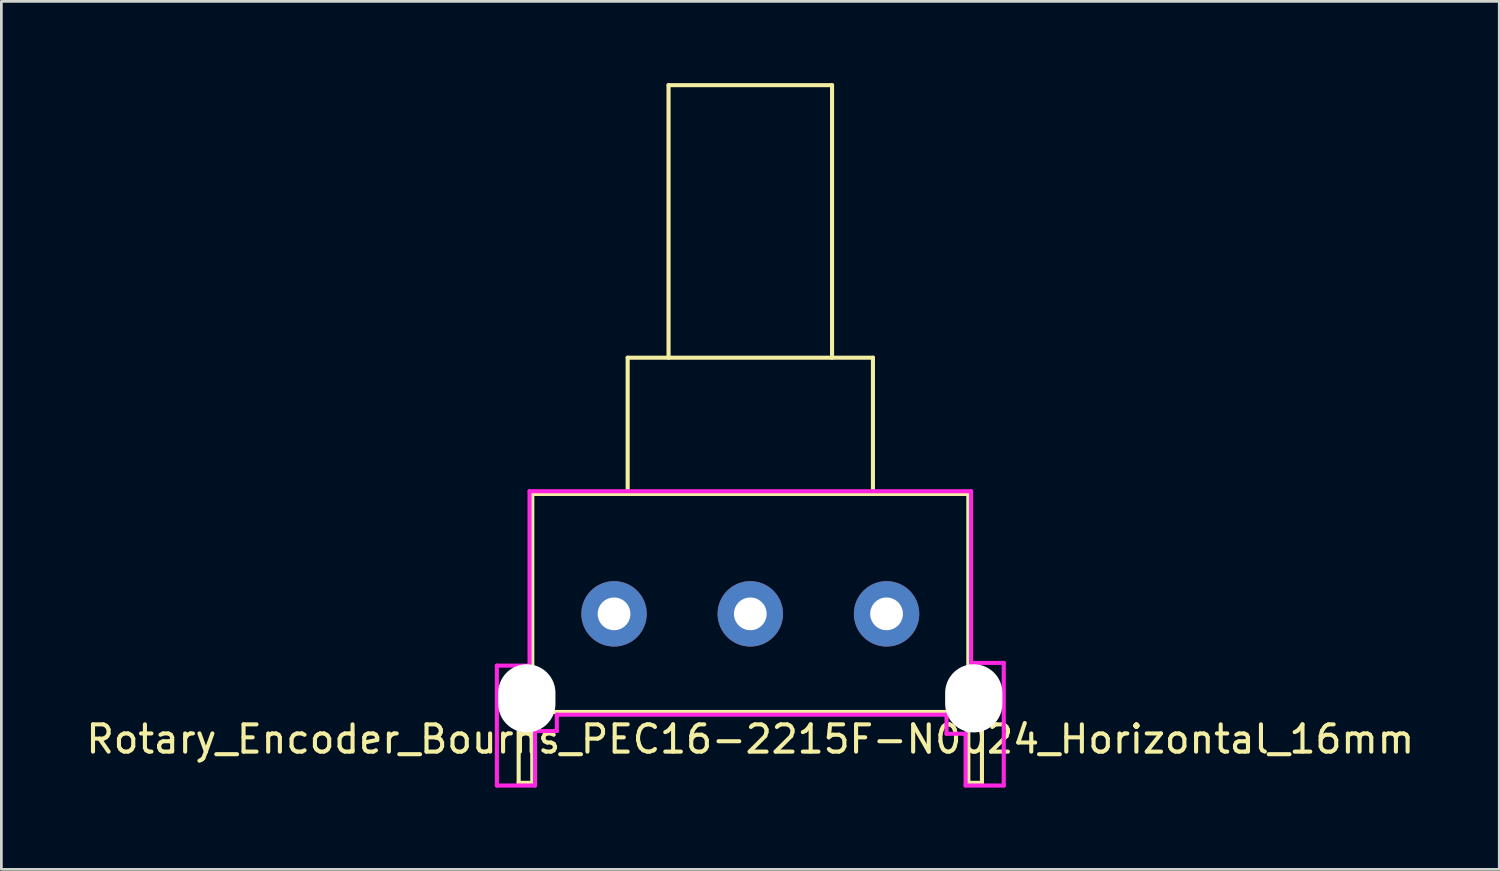
<source format=kicad_pcb>
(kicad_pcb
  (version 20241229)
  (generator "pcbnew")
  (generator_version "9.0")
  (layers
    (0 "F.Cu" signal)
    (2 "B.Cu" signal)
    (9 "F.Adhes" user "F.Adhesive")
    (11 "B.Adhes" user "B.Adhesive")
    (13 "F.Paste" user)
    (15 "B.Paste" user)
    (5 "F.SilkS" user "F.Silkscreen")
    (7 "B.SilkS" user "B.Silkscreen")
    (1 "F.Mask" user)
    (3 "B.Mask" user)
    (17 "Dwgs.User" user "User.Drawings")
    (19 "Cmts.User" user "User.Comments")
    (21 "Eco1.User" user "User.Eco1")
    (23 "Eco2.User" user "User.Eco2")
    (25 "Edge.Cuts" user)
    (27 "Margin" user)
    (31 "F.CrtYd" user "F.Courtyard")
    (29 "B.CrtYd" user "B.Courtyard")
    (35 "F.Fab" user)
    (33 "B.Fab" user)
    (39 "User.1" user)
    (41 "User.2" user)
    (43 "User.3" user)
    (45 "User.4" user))
  (footprint "Rotary_Encoder_Bourns_PEC16-2215F-N0024_Horizontal_16mm"
    (layer "F.Cu")
    (at 24.482 19.475)
    (property "Reference" "Rotary_Encoder_Bourns_PEC16-2215F-N0024_Horizontal_16mm" (at 0 4.6 0) (layer "F.SilkS") (effects (font (size 1 1) (thickness 0.15))))
    (attr through_hole)
    (fp_line (start -8.5 2.6) (end -8.5 6.2) (stroke (width 0.15) (type solid)) (layer "F.SilkS"))
    (fp_line (start -8.5 6.2) (end -8 6.2) (stroke (width 0.15) (type solid)) (layer "F.SilkS"))
    (fp_line (start -8 -4.4) (end -8 3.6) (stroke (width 0.15) (type solid)) (layer "F.SilkS"))
    (fp_line (start -8 -4.4) (end 8 -4.4) (stroke (width 0.15) (type solid)) (layer "F.SilkS"))
    (fp_line (start -8 2.1) (end -8.5 2.6) (stroke (width 0.15) (type solid)) (layer "F.SilkS"))
    (fp_line (start -8 3.6) (end 8 3.6) (stroke (width 0.15) (type solid)) (layer "F.SilkS"))
    (fp_line (start -8 6.2) (end -8 3.6) (stroke (width 0.15) (type solid)) (layer "F.SilkS"))
    (fp_line (start -4.5 -9.4) (end 4.5 -9.4) (stroke (width 0.15) (type solid)) (layer "F.SilkS"))
    (fp_line (start -4.5 -4.4) (end -4.5 -9.4) (stroke (width 0.15) (type solid)) (layer "F.SilkS"))
    (fp_line (start -3 -19.4) (end 3 -19.4) (stroke (width 0.15) (type solid)) (layer "F.SilkS"))
    (fp_line (start -3 -9.4) (end -3 -19.4) (stroke (width 0.15) (type solid)) (layer "F.SilkS"))
    (fp_line (start 3 -19.4) (end 3 -9.4) (stroke (width 0.15) (type solid)) (layer "F.SilkS"))
    (fp_line (start 4.5 -9.4) (end 4.5 -4.4) (stroke (width 0.15) (type solid)) (layer "F.SilkS"))
    (fp_line (start 8 3.6) (end 8 -4.4) (stroke (width 0.15) (type solid)) (layer "F.SilkS"))
    (fp_line (start 8 3.6) (end 8 6.2) (stroke (width 0.15) (type solid)) (layer "F.SilkS"))
    (fp_line (start 8 6.2) (end 8.5 6.2) (stroke (width 0.15) (type solid)) (layer "F.SilkS"))
    (fp_line (start 8.5 2.6) (end 8 2.1) (stroke (width 0.15) (type solid)) (layer "F.SilkS"))
    (fp_line (start 8.5 6.2) (end 8.5 2.6) (stroke (width 0.15) (type solid)) (layer "F.SilkS"))
    (fp_line (start -9.3 1.9) (end -9.3 6.3) (stroke (width 0.15) (type solid)) (layer "F.CrtYd"))
    (fp_line (start -9.3 6.3) (end -7.9 6.3) (stroke (width 0.15) (type solid)) (layer "F.CrtYd"))
    (fp_line (start -8.1 -4.5) (end -8.1 1.9) (stroke (width 0.15) (type solid)) (layer "F.CrtYd"))
    (fp_line (start -8.1 1.9) (end -9.3 1.9) (stroke (width 0.15) (type solid)) (layer "F.CrtYd"))
    (fp_line (start -7.9 4.3) (end -7.1 4.3) (stroke (width 0.15) (type solid)) (layer "F.CrtYd"))
    (fp_line (start -7.9 6.3) (end -7.9 4.3) (stroke (width 0.15) (type solid)) (layer "F.CrtYd"))
    (fp_line (start -7.1 3.7) (end 7.2 3.7) (stroke (width 0.15) (type solid)) (layer "F.CrtYd"))
    (fp_line (start -7.1 4.3) (end -7.1 3.7) (stroke (width 0.15) (type solid)) (layer "F.CrtYd"))
    (fp_line (start 7.2 3.7) (end 7.2 4.4) (stroke (width 0.15) (type solid)) (layer "F.CrtYd"))
    (fp_line (start 7.2 4.4) (end 7.9 4.4) (stroke (width 0.15) (type solid)) (layer "F.CrtYd"))
    (fp_line (start 7.9 4.4) (end 7.9 6.3) (stroke (width 0.15) (type solid)) (layer "F.CrtYd"))
    (fp_line (start 7.9 6.3) (end 9.3 6.3) (stroke (width 0.15) (type solid)) (layer "F.CrtYd"))
    (fp_line (start 8.1 -4.5) (end -8.1 -4.5) (stroke (width 0.15) (type solid)) (layer "F.CrtYd"))
    (fp_line (start 8.1 1.8) (end 8.1 -4.5) (stroke (width 0.15) (type solid)) (layer "F.CrtYd"))
    (fp_line (start 9.3 1.8) (end 8.1 1.8) (stroke (width 0.15) (type solid)) (layer "F.CrtYd"))
    (fp_line (start 9.3 6.3) (end 9.3 1.8) (stroke (width 0.15) (type solid)) (layer "F.CrtYd"))
    (pad "" np_thru_hole oval (at -8.2 3.1) (size 2.1 2.5) (drill oval 2.1 2.5) (layers "*.Cu" "*.Mask"))
    (pad "" np_thru_hole oval (at 8.2 3.1) (size 2.1 2.5) (drill oval 2.1 2.5) (layers "*.Cu" "*.Mask"))
    (pad "A" thru_hole circle (at 5 0) (size 2.4 2.4) (drill 1.2) (layers "*.Cu" "*.Mask"))
    (pad "B" thru_hole circle (at 0 0) (size 2.4 2.4) (drill 1.2) (layers "*.Cu" "*.Mask"))
    (pad "C" thru_hole circle (at -5 0) (size 2.4 2.4) (drill 1.2) (layers "*.Cu" "*.Mask")))
  (gr_rect
    (start -3 -3)
    (end 51.964 28.85)
    (stroke (width 0.1) (type default))
    (fill no)
    (layer "Edge.Cuts")))
</source>
